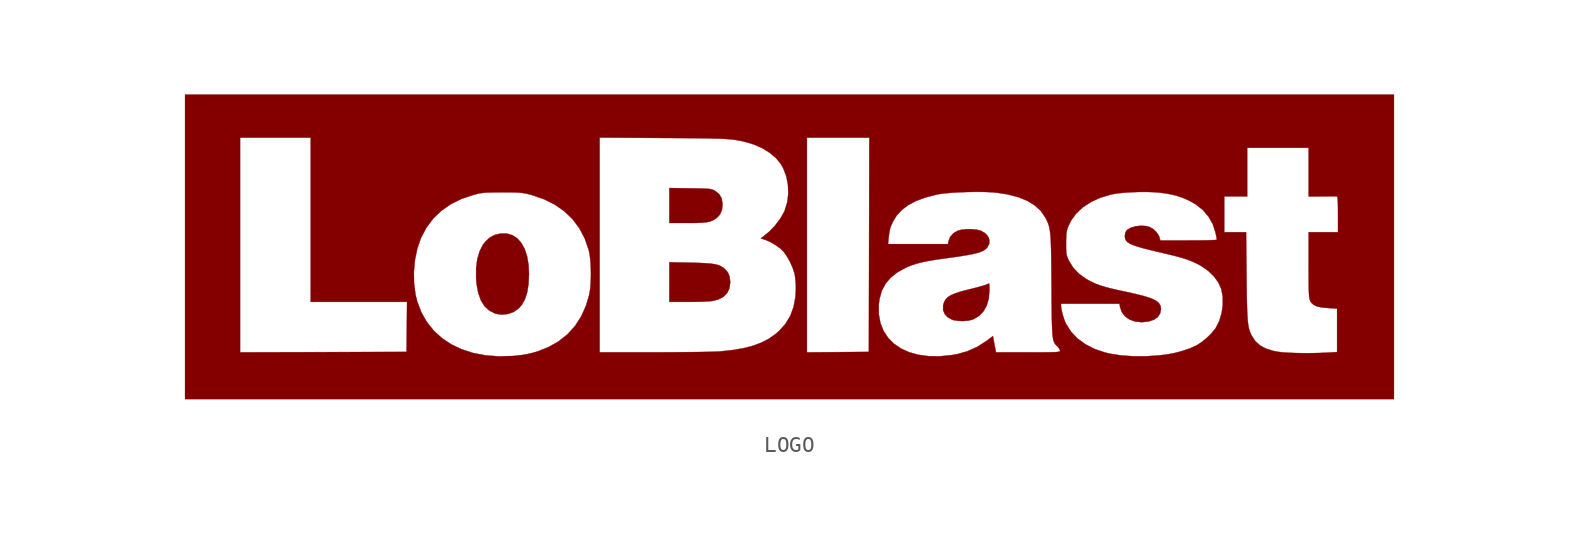
<source format=kicad_sym>
(kicad_symbol_lib
  (version 20210619)
  (generator bitmap2component)
  (symbol "LOGO"
    (pin_names
      (offset 1.016))
    (property "Reference" "#G"
      (at 0 30.327 0)
      (effects (font (size 1.27 1.27)) hide))
    (symbol "LOGO_0_0"
      (polyline (pts (xy 36.237 11.009) (xy -39.333 11.009) (xy -39.333 -5.104) (xy -35.892 -5.104) (xy -35.892 8.314) (xy -31.478 8.314) (xy -31.478 -0.051) (xy -25.028 -0.051) (xy -24.96 0.677) (xy -24.815 1.376) (xy -24.596 2.017) (xy -24.585 2.045) (xy -24.248 2.686) (xy -23.826 3.252) (xy -23.319 3.741) (xy -22.728 4.153) (xy -22.055 4.487) (xy -21.3 4.741) (xy -21.249 4.755) (xy -21.056 4.803) (xy -20.882 4.84) (xy -20.705 4.865) (xy -20.503 4.882) (xy -20.254 4.891) (xy -19.934 4.896) (xy -19.523 4.898) (xy -19.205 4.899) (xy -18.855 4.896) (xy -18.581 4.888) (xy -18.361 4.873) (xy -18.175 4.85) (xy -18 4.817) (xy -17.814 4.773) (xy -17.653 4.73) (xy -16.89 4.467) (xy -16.211 4.127) (xy -15.615 3.709) (xy -15.105 3.216) (xy -14.682 2.648) (xy -14.345 2.006) (xy -14.097 1.29) (xy -14.041 1.025) (xy -13.994 0.631) (xy -13.967 0.184) (xy -13.96 -0.285) (xy -13.974 -0.744) (xy -14.01 -1.161) (xy -14.067 -1.503) (xy -14.27 -2.191) (xy -14.573 -2.865) (xy -14.961 -3.462) (xy -15.433 -3.981) (xy -15.989 -4.422) (xy -16.626 -4.782) (xy -17.344 -5.062) (xy -17.348 -5.063) (xy -17.492 -5.103) (xy -13.417 -5.103) (xy -13.417 8.323) (xy -9.418 8.296) (xy -8.906 8.293) (xy -8.17 8.288) (xy -7.533 8.282) (xy -6.986 8.276) (xy -6.519 8.268) (xy -6.122 8.259) (xy -5.786 8.247) (xy -5.501 8.232) (xy -5.257 8.213) (xy -5.046 8.191) (xy -4.857 8.164) (xy -4.68 8.132) (xy -4.507 8.095) (xy -4.327 8.051) (xy -4.132 8) (xy -3.757 7.883) (xy -3.247 7.656) (xy -2.788 7.373) (xy -2.4 7.048) (xy -2.105 6.694) (xy -1.947 6.42) (xy -1.754 5.919) (xy -1.646 5.377) (xy -1.623 4.82) (xy -1.689 4.274) (xy -1.846 3.762) (xy -1.883 3.678) (xy -2.118 3.264) (xy -2.429 2.849) (xy -2.791 2.464) (xy -3.178 2.143) (xy -3.345 2.022) (xy -3.052 1.925) (xy -3.031 1.918) (xy -2.723 1.783) (xy -2.406 1.596) (xy -2.119 1.383) (xy -1.904 1.172) (xy -1.728 0.928) (xy -1.522 0.565) (xy -1.349 0.179) (xy -1.235 -0.178) (xy -1.222 -0.239) (xy -1.185 -0.494) (xy -1.158 -0.796) (xy -1.149 -1.089) (xy -1.178 -1.645) (xy -1.294 -2.269) (xy -1.502 -2.827) (xy -1.803 -3.324) (xy -2.198 -3.764) (xy -2.419 -3.956) (xy -2.834 -4.25) (xy -3.297 -4.492) (xy -3.82 -4.689) (xy -4.416 -4.843) (xy -5.098 -4.96) (xy -5.879 -5.044) (xy -6.013 -5.052) (xy -6.278 -5.062) (xy -6.634 -5.072) (xy -7.07 -5.08) (xy -7.572 -5.087) (xy -8.128 -5.093) (xy -8.725 -5.098) (xy -9.35 -5.101) (xy -9.991 -5.102) (xy -13.417 -5.103) (xy -17.492 -5.103) (xy -17.497 -5.104) (xy -0.459 -5.104) (xy -0.459 8.314) (xy 3.441 8.314) (xy 3.426 1.62) (xy 3.418 -2.125) (xy 4.032 -2.125) (xy 4.078 -1.767) (xy 4.221 -1.26) (xy 4.454 -0.817) (xy 4.782 -0.43) (xy 5.208 -0.095) (xy 5.737 0.195) (xy 5.805 0.225) (xy 6.09 0.341) (xy 6.396 0.441) (xy 6.74 0.53) (xy 7.144 0.612) (xy 7.623 0.691) (xy 8.199 0.772) (xy 8.655 0.835) (xy 9.176 0.91) (xy 9.602 0.981) (xy 9.945 1.048) (xy 10.216 1.115) (xy 10.427 1.186) (xy 10.588 1.262) (xy 10.711 1.347) (xy 10.808 1.444) (xy 10.824 1.464) (xy 10.937 1.688) (xy 10.947 1.922) (xy 10.86 2.146) (xy 10.682 2.344) (xy 10.421 2.495) (xy 10.415 2.498) (xy 10.167 2.562) (xy 9.853 2.594) (xy 9.518 2.593) (xy 9.205 2.561) (xy 8.959 2.495) (xy 8.697 2.341) (xy 8.5 2.121) (xy 8.396 1.862) (xy 8.358 1.663) (xy 4.611 1.663) (xy 4.649 2.05) (xy 4.653 2.093) (xy 4.691 2.392) (xy 4.739 2.625) (xy 4.811 2.835) (xy 4.918 3.066) (xy 5.141 3.431) (xy 5.465 3.791) (xy 5.874 4.101) (xy 6.372 4.363) (xy 6.968 4.582) (xy 7.665 4.761) (xy 7.819 4.79) (xy 8.178 4.836) (xy 8.612 4.874) (xy 9.097 4.902) (xy 9.608 4.92) (xy 10.119 4.928) (xy 10.605 4.924) (xy 11.042 4.907) (xy 11.404 4.877) (xy 12.087 4.77) (xy 12.752 4.598) (xy 13.319 4.368) (xy 13.789 4.08) (xy 14.163 3.735) (xy 14.442 3.33) (xy 14.46 3.296) (xy 14.531 3.156) (xy 14.592 3.022) (xy 14.644 2.884) (xy 14.687 2.731) (xy 14.722 2.554) (xy 14.75 2.343) (xy 14.772 2.087) (xy 14.789 1.776) (xy 14.802 1.401) (xy 14.812 0.951) (xy 14.819 0.417) (xy 14.825 -0.212) (xy 14.831 -0.946) (xy 14.833 -1.255) (xy 14.838 -1.926) (xy 14.84 -2.064) (xy 15.424 -2.064) (xy 19.08 -2.064) (xy 19.119 -2.279) (xy 19.223 -2.583) (xy 19.422 -2.849) (xy 19.701 -3.049) (xy 20.049 -3.175) (xy 20.453 -3.218) (xy 20.506 -3.217) (xy 20.907 -3.173) (xy 21.232 -3.065) (xy 21.472 -2.897) (xy 21.622 -2.674) (xy 21.673 -2.401) (xy 21.669 -2.321) (xy 21.631 -2.165) (xy 21.545 -2.027) (xy 21.4 -1.902) (xy 21.189 -1.786) (xy 20.901 -1.675) (xy 20.528 -1.563) (xy 20.059 -1.447) (xy 19.486 -1.32) (xy 19.433 -1.309) (xy 18.933 -1.201) (xy 18.525 -1.105) (xy 18.189 -1.017) (xy 17.907 -0.931) (xy 17.659 -0.84) (xy 17.426 -0.738) (xy 17.189 -0.621) (xy 17.004 -0.518) (xy 16.55 -0.192) (xy 16.187 0.188) (xy 15.924 0.613) (xy 15.857 0.757) (xy 15.802 0.899) (xy 15.767 1.037) (xy 15.748 1.199) (xy 15.742 1.417) (xy 15.741 1.72) (xy 15.744 1.997) (xy 15.755 2.249) (xy 15.778 2.44) (xy 15.816 2.602) (xy 15.873 2.763) (xy 16.049 3.124) (xy 16.376 3.574) (xy 16.797 3.967) (xy 17.307 4.3) (xy 17.9 4.568) (xy 18.572 4.767) (xy 18.59 4.771) (xy 18.918 4.827) (xy 19.329 4.872) (xy 19.794 4.903) (xy 20.282 4.921) (xy 20.764 4.924) (xy 21.21 4.91) (xy 21.591 4.88) (xy 21.845 4.848) (xy 22.294 4.773) (xy 22.684 4.677) (xy 22.778 4.644) (xy 25.629 4.644) (xy 27.063 4.644) (xy 27.063 7.683) (xy 30.904 7.683) (xy 30.904 4.639) (xy 31.75 4.644) (xy 31.881 4.645) (xy 32.172 4.647) (xy 32.414 4.647) (xy 32.587 4.648) (xy 32.667 4.647) (xy 32.683 4.638) (xy 32.705 4.576) (xy 32.721 4.445) (xy 32.732 4.234) (xy 32.737 3.932) (xy 32.739 3.526) (xy 32.739 2.408) (xy 30.904 2.408) (xy 30.904 0.358) (xy 30.904 0.265) (xy 30.905 -0.264) (xy 30.907 -0.693) (xy 30.911 -1.033) (xy 30.917 -1.297) (xy 30.927 -1.496) (xy 30.94 -1.643) (xy 30.956 -1.75) (xy 30.978 -1.829) (xy 31.005 -1.892) (xy 31.081 -2.013) (xy 31.227 -2.143) (xy 31.434 -2.236) (xy 31.72 -2.296) (xy 32.103 -2.333) (xy 32.682 -2.368) (xy 32.682 -5.085) (xy 32.037 -5.123) (xy 31.595 -5.142) (xy 31.1 -5.153) (xy 30.598 -5.154) (xy 30.111 -5.146) (xy 29.666 -5.129) (xy 29.286 -5.104) (xy 28.996 -5.071) (xy 28.702 -5.015) (xy 28.238 -4.871) (xy 27.864 -4.668) (xy 27.569 -4.401) (xy 27.346 -4.064) (xy 27.304 -3.979) (xy 27.247 -3.848) (xy 27.198 -3.708) (xy 27.158 -3.55) (xy 27.125 -3.362) (xy 27.099 -3.134) (xy 27.078 -2.856) (xy 27.062 -2.516) (xy 27.049 -2.104) (xy 27.038 -1.609) (xy 27.03 -1.022) (xy 27.022 -0.33) (xy 26.994 2.408) (xy 25.629 2.408) (xy 25.629 4.644) (xy 22.778 4.644) (xy 23.05 4.55) (xy 23.43 4.383) (xy 23.83 4.159) (xy 24.283 3.801) (xy 24.647 3.378) (xy 24.917 2.898) (xy 25.087 2.366) (xy 25.087 2.362) (xy 25.128 2.162) (xy 25.158 2.009) (xy 25.17 1.935) (xy 25.158 1.93) (xy 25.056 1.92) (xy 24.859 1.911) (xy 24.582 1.903) (xy 24.237 1.897) (xy 23.839 1.893) (xy 23.402 1.892) (xy 21.634 1.892) (xy 21.569 2.109) (xy 21.54 2.187) (xy 21.39 2.418) (xy 21.176 2.616) (xy 20.934 2.744) (xy 20.744 2.79) (xy 20.421 2.812) (xy 20.093 2.777) (xy 19.798 2.692) (xy 19.573 2.56) (xy 19.523 2.513) (xy 19.443 2.377) (xy 19.416 2.184) (xy 19.417 2.126) (xy 19.435 1.998) (xy 19.486 1.886) (xy 19.581 1.785) (xy 19.728 1.691) (xy 19.939 1.598) (xy 20.222 1.502) (xy 20.588 1.398) (xy 21.047 1.282) (xy 21.608 1.148) (xy 21.981 1.061) (xy 22.409 0.957) (xy 22.756 0.868) (xy 23.042 0.787) (xy 23.284 0.708) (xy 23.5 0.627) (xy 23.709 0.538) (xy 23.93 0.435) (xy 24.198 0.29) (xy 24.628 -0.012) (xy 24.989 -0.362) (xy 25.266 -0.744) (xy 25.442 -1.141) (xy 25.445 -1.151) (xy 25.534 -1.62) (xy 25.539 -2.13) (xy 25.466 -2.646) (xy 25.32 -3.137) (xy 25.104 -3.568) (xy 25.055 -3.639) (xy 24.833 -3.908) (xy 24.552 -4.185) (xy 24.248 -4.438) (xy 23.954 -4.635) (xy 23.85 -4.691) (xy 23.459 -4.863) (xy 23 -5.019) (xy 22.507 -5.148) (xy 22.017 -5.238) (xy 21.578 -5.292) (xy 20.758 -5.348) (xy 19.95 -5.349) (xy 19.185 -5.296) (xy 18.491 -5.188) (xy 18.167 -5.111) (xy 17.517 -4.889) (xy 16.942 -4.594) (xy 16.449 -4.231) (xy 16.044 -3.803) (xy 15.734 -3.316) (xy 15.678 -3.191) (xy 15.585 -2.935) (xy 15.505 -2.655) (xy 15.447 -2.393) (xy 15.424 -2.193) (xy 15.424 -2.064) (xy 14.84 -2.064) (xy 14.844 -2.496) (xy 14.851 -2.973) (xy 14.861 -3.368) (xy 14.873 -3.689) (xy 14.89 -3.946) (xy 14.911 -4.148) (xy 14.939 -4.305) (xy 14.973 -4.425) (xy 15.015 -4.519) (xy 15.065 -4.595) (xy 15.125 -4.662) (xy 15.195 -4.731) (xy 15.229 -4.766) (xy 15.327 -4.895) (xy 15.366 -4.999) (xy 15.364 -5.018) (xy 15.348 -5.042) (xy 15.306 -5.061) (xy 15.228 -5.076) (xy 15.102 -5.086) (xy 14.916 -5.094) (xy 14.661 -5.099) (xy 14.325 -5.101) (xy 13.896 -5.103) (xy 13.364 -5.103) (xy 11.361 -5.103) (xy 11.302 -4.802) (xy 11.282 -4.701) (xy 11.239 -4.476) (xy 11.206 -4.292) (xy 11.17 -4.083) (xy 10.788 -4.373) (xy 10.767 -4.389) (xy 10.193 -4.756) (xy 9.574 -5.035) (xy 8.94 -5.215) (xy 8.593 -5.275) (xy 7.846 -5.35) (xy 7.149 -5.343) (xy 6.508 -5.257) (xy 5.929 -5.095) (xy 5.416 -4.861) (xy 4.975 -4.558) (xy 4.611 -4.189) (xy 4.329 -3.758) (xy 4.135 -3.268) (xy 4.034 -2.723) (xy 4.032 -2.125) (xy 3.418 -2.125) (xy 3.412 -5.074) (xy 1.476 -5.089) (xy -0.459 -5.104) (xy -17.497 -5.104) (xy -17.637 -5.143) (xy -17.955 -5.216) (xy -18.233 -5.265) (xy -18.824 -5.33) (xy -19.707 -5.355) (xy -20.54 -5.293) (xy -21.319 -5.145) (xy -22.037 -4.914) (xy -22.691 -4.602) (xy -23.276 -4.212) (xy -23.786 -3.747) (xy -24.216 -3.208) (xy -24.563 -2.599) (xy -24.82 -1.921) (xy -24.928 -1.477) (xy -25.018 -0.779) (xy -25.028 -0.051) (xy -31.478 -0.051) (xy -31.478 -1.949) (xy -25.456 -1.949) (xy -25.471 -3.512) (xy -25.486 -5.074) (xy -30.689 -5.089) (xy -35.892 -5.104) (xy -39.333 -5.104) (xy -39.333 -8.027) (xy 36.237 -8.027) (xy 36.237 11.009)) (stroke (width 0.01)) (fill (type outline)))
      (polyline (pts (xy -19.13 -2.703) (xy -18.77 -2.567) (xy -18.463 -2.345) (xy -18.273 -2.123) (xy -18.078 -1.768) (xy -17.941 -1.334) (xy -17.86 -0.812) (xy -17.833 -0.196) (xy -17.86 0.362) (xy -17.951 0.897) (xy -18.102 1.356) (xy -18.308 1.734) (xy -18.567 2.025) (xy -18.875 2.223) (xy -19.226 2.324) (xy -19.618 2.321) (xy -19.978 2.236) (xy -20.288 2.071) (xy -20.568 1.81) (xy -20.717 1.615) (xy -20.926 1.201) (xy -21.068 0.707) (xy -21.139 0.141) (xy -21.138 -0.487) (xy -21.106 -0.849) (xy -21.003 -1.399) (xy -20.838 -1.855) (xy -20.611 -2.217) (xy -20.322 -2.488) (xy -19.968 -2.67) (xy -19.891 -2.695) (xy -19.514 -2.748) (xy -19.13 -2.703)) (stroke (width 0.01)) (fill (type outline)))
      (polyline (pts (xy 9.604 -3.125) (xy 9.865 -3.066) (xy 9.944 -3.036) (xy 10.297 -2.832) (xy 10.578 -2.542) (xy 10.783 -2.174) (xy 10.909 -1.732) (xy 10.951 -1.222) (xy 10.951 -1.191) (xy 10.948 -0.994) (xy 10.94 -0.855) (xy 10.93 -0.803) (xy 10.924 -0.804) (xy 10.845 -0.831) (xy 10.712 -0.884) (xy 10.672 -0.899) (xy 10.509 -0.95) (xy 10.27 -1.017) (xy 9.98 -1.093) (xy 9.666 -1.171) (xy 9.596 -1.188) (xy 9.152 -1.305) (xy 8.806 -1.416) (xy 8.545 -1.529) (xy 8.353 -1.649) (xy 8.218 -1.785) (xy 8.126 -1.944) (xy 8.057 -2.157) (xy 8.052 -2.447) (xy 8.15 -2.704) (xy 8.346 -2.916) (xy 8.634 -3.068) (xy 8.687 -3.085) (xy 8.964 -3.134) (xy 9.286 -3.147) (xy 9.604 -3.125)) (stroke (width 0.01)) (fill (type outline)))
      (polyline (pts (xy -7.432 -1.946) (xy -7.069 -1.937) (xy -6.748 -1.923) (xy -6.495 -1.907) (xy -6.332 -1.888) (xy -5.998 -1.799) (xy -5.672 -1.629) (xy -5.44 -1.392) (xy -5.3 -1.088) (xy -5.254 -0.718) (xy -5.255 -0.674) (xy -5.297 -0.348) (xy -5.415 -0.087) (xy -5.62 0.135) (xy -5.71 0.205) (xy -5.85 0.289) (xy -6.014 0.355) (xy -6.217 0.405) (xy -6.475 0.443) (xy -6.803 0.469) (xy -7.215 0.488) (xy -7.726 0.501) (xy -9.059 0.529) (xy -9.059 -1.949) (xy -7.815 -1.949) (xy -7.432 -1.946)) (stroke (width 0.01)) (fill (type outline)))
      (polyline (pts (xy -7.775 2.982) (xy -7.351 2.986) (xy -7.018 2.999) (xy -6.759 3.024) (xy -6.554 3.064) (xy -6.387 3.122) (xy -6.238 3.202) (xy -6.09 3.305) (xy -5.888 3.518) (xy -5.771 3.793) (xy -5.734 4.142) (xy -5.736 4.223) (xy -5.798 4.542) (xy -5.95 4.794) (xy -6.198 4.988) (xy -6.199 4.989) (xy -6.284 5.035) (xy -6.367 5.07) (xy -6.465 5.096) (xy -6.593 5.115) (xy -6.77 5.128) (xy -7.011 5.137) (xy -7.334 5.144) (xy -7.755 5.15) (xy -9.059 5.168) (xy -9.059 2.982) (xy -7.92 2.982) (xy -7.775 2.982)) (stroke (width 0.01)) (fill (type outline))))))
</source>
